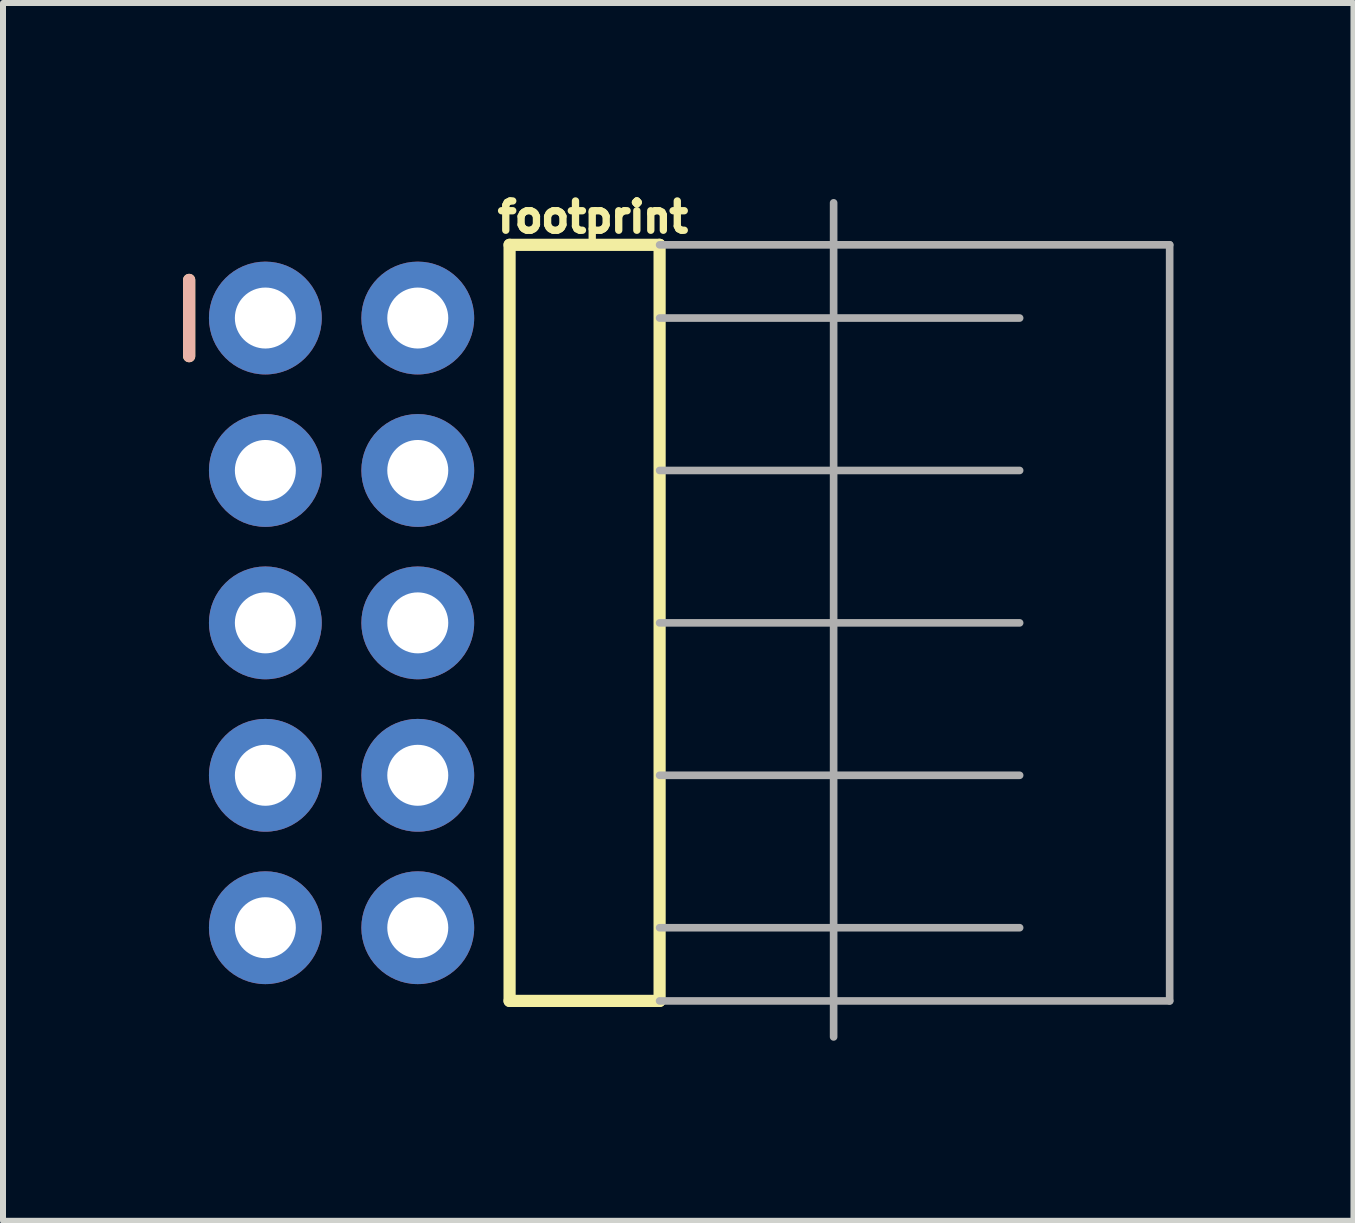
<source format=kicad_pcb>
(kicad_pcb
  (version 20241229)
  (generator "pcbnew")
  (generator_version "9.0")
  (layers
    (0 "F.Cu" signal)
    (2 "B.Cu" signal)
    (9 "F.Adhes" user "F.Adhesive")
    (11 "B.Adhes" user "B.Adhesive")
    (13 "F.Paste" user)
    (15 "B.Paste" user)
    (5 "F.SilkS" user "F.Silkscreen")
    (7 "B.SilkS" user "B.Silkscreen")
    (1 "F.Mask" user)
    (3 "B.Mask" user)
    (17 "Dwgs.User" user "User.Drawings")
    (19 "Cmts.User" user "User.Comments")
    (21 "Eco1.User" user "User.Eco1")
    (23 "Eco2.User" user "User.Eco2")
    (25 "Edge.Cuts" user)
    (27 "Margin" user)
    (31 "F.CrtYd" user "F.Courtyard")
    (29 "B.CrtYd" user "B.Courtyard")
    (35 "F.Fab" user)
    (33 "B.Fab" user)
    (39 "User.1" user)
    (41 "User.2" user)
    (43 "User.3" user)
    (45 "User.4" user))
  (footprint "footprint"
    (layer "F.Cu")
    (at 2.642 7.33)
    (property "Reference" "footprint" (at 2.54 -6.477 0) (layer "F.SilkS") (effects (font (size 0.488 0.488) (thickness 0.122)) (justify left bottom)))
    (fp_line (start -2.54 -5.715) (end -2.54 -4.445) (stroke (width 0.203) (type solid)) (layer "F.SilkS"))
    (fp_line (start 2.8 -6.3) (end 5.3 -6.3) (stroke (width 0.203) (type solid)) (layer "F.SilkS"))
    (fp_line (start 2.8 6.3) (end 2.8 -6.3) (stroke (width 0.203) (type solid)) (layer "F.SilkS"))
    (fp_line (start 5.3 -6.3) (end 5.3 6.3) (stroke (width 0.203) (type solid)) (layer "F.SilkS"))
    (fp_line (start 5.3 6.3) (end 2.8 6.3) (stroke (width 0.203) (type solid)) (layer "F.SilkS"))
    (fp_line (start -2.54 -5.715) (end -2.54 -4.445) (stroke (width 0.203) (type solid)) (layer "B.SilkS"))
    (fp_line (start 5.3 -6.3) (end 13.8 -6.3) (stroke (width 0.127) (type solid)) (layer "F.Fab"))
    (fp_line (start 5.3 -5.08) (end 11.3 -5.08) (stroke (width 0.127) (type solid)) (layer "F.Fab"))
    (fp_line (start 5.3 -2.54) (end 11.3 -2.54) (stroke (width 0.127) (type solid)) (layer "F.Fab"))
    (fp_line (start 5.3 0) (end 11.3 0) (stroke (width 0.127) (type solid)) (layer "F.Fab"))
    (fp_line (start 5.3 2.54) (end 11.3 2.54) (stroke (width 0.127) (type solid)) (layer "F.Fab"))
    (fp_line (start 5.3 5.08) (end 11.3 5.08) (stroke (width 0.127) (type solid)) (layer "F.Fab"))
    (fp_line (start 5.3 6.3) (end 13.8 6.3) (stroke (width 0.127) (type solid)) (layer "F.Fab"))
    (fp_line (start 8.2 -7) (end 8.2 6.9) (stroke (width 0.127) (type solid)) (layer "F.Fab"))
    (fp_line (start 13.8 -6.3) (end 13.8 6.3) (stroke (width 0.127) (type solid)) (layer "F.Fab"))
    (fp_poly (pts (xy -1.524 -5.334) (xy -1.524 -4.826) (xy -1.016 -4.826) (xy -1.016 -5.334)) (stroke (width 0.1) (type solid)) (fill no) (layer "F.Fab"))
    (fp_poly (pts (xy -1.524 -2.794) (xy -1.524 -2.286) (xy -1.016 -2.286) (xy -1.016 -2.794)) (stroke (width 0.1) (type solid)) (fill no) (layer "F.Fab"))
    (fp_poly (pts (xy -1.524 -0.254) (xy -1.524 0.254) (xy -1.016 0.254) (xy -1.016 -0.254)) (stroke (width 0.1) (type solid)) (fill no) (layer "F.Fab"))
    (fp_poly (pts (xy -1.524 2.286) (xy -1.524 2.794) (xy -1.016 2.794) (xy -1.016 2.286)) (stroke (width 0.1) (type solid)) (fill no) (layer "F.Fab"))
    (fp_poly (pts (xy -1.524 2.286) (xy -1.524 2.794) (xy -1.016 2.794) (xy -1.016 2.286)) (stroke (width 0.1) (type solid)) (fill no) (layer "F.Fab"))
    (fp_poly (pts (xy -1.524 4.826) (xy -1.524 5.334) (xy -1.016 5.334) (xy -1.016 4.826)) (stroke (width 0.1) (type solid)) (fill no) (layer "F.Fab"))
    (fp_poly (pts (xy 1.016 -5.334) (xy 1.016 -4.826) (xy 1.524 -4.826) (xy 1.524 -5.334)) (stroke (width 0.1) (type solid)) (fill no) (layer "F.Fab"))
    (fp_poly (pts (xy 1.016 -2.794) (xy 1.016 -2.286) (xy 1.524 -2.286) (xy 1.524 -2.794)) (stroke (width 0.1) (type solid)) (fill no) (layer "F.Fab"))
    (fp_poly (pts (xy 1.016 -0.254) (xy 1.016 0.254) (xy 1.524 0.254) (xy 1.524 -0.254)) (stroke (width 0.1) (type solid)) (fill no) (layer "F.Fab"))
    (fp_poly (pts (xy 1.016 2.286) (xy 1.016 2.794) (xy 1.524 2.794) (xy 1.524 2.286)) (stroke (width 0.1) (type solid)) (fill no) (layer "F.Fab"))
    (fp_poly (pts (xy 1.016 2.286) (xy 1.016 2.794) (xy 1.524 2.794) (xy 1.524 2.286)) (stroke (width 0.1) (type solid)) (fill no) (layer "F.Fab"))
    (fp_poly (pts (xy 1.016 4.826) (xy 1.016 5.334) (xy 1.524 5.334) (xy 1.524 4.826)) (stroke (width 0.1) (type solid)) (fill no) (layer "F.Fab"))
    (pad "1" thru_hole circle (at -1.27 -5.08 270) (size 1.88 1.88) (drill 1.016) (layers "*.Cu" "*.Mask"))
    (pad "2" thru_hole circle (at 1.27 -5.08 270) (size 1.88 1.88) (drill 1.016) (layers "*.Cu" "*.Mask"))
    (pad "3" thru_hole circle (at -1.27 -2.54 270) (size 1.88 1.88) (drill 1.016) (layers "*.Cu" "*.Mask"))
    (pad "4" thru_hole circle (at 1.27 -2.54 270) (size 1.88 1.88) (drill 1.016) (layers "*.Cu" "*.Mask"))
    (pad "5" thru_hole circle (at -1.27 0 270) (size 1.88 1.88) (drill 1.016) (layers "*.Cu" "*.Mask"))
    (pad "6" thru_hole circle (at 1.27 0 270) (size 1.88 1.88) (drill 1.016) (layers "*.Cu" "*.Mask"))
    (pad "7" thru_hole circle (at -1.27 2.54 270) (size 1.88 1.88) (drill 1.016) (layers "*.Cu" "*.Mask"))
    (pad "8" thru_hole circle (at 1.27 2.54 270) (size 1.88 1.88) (drill 1.016) (layers "*.Cu" "*.Mask"))
    (pad "9" thru_hole circle (at -1.27 5.08 270) (size 1.88 1.88) (drill 1.016) (layers "*.Cu" "*.Mask"))
    (pad "10" thru_hole circle (at 1.27 5.08 270) (size 1.88 1.88) (drill 1.016) (layers "*.Cu" "*.Mask")))
  (gr_rect
    (start -3 -3)
    (end 19.505 17.294)
    (stroke (width 0.1) (type default))
    (fill no)
    (layer "Edge.Cuts")))
</source>
